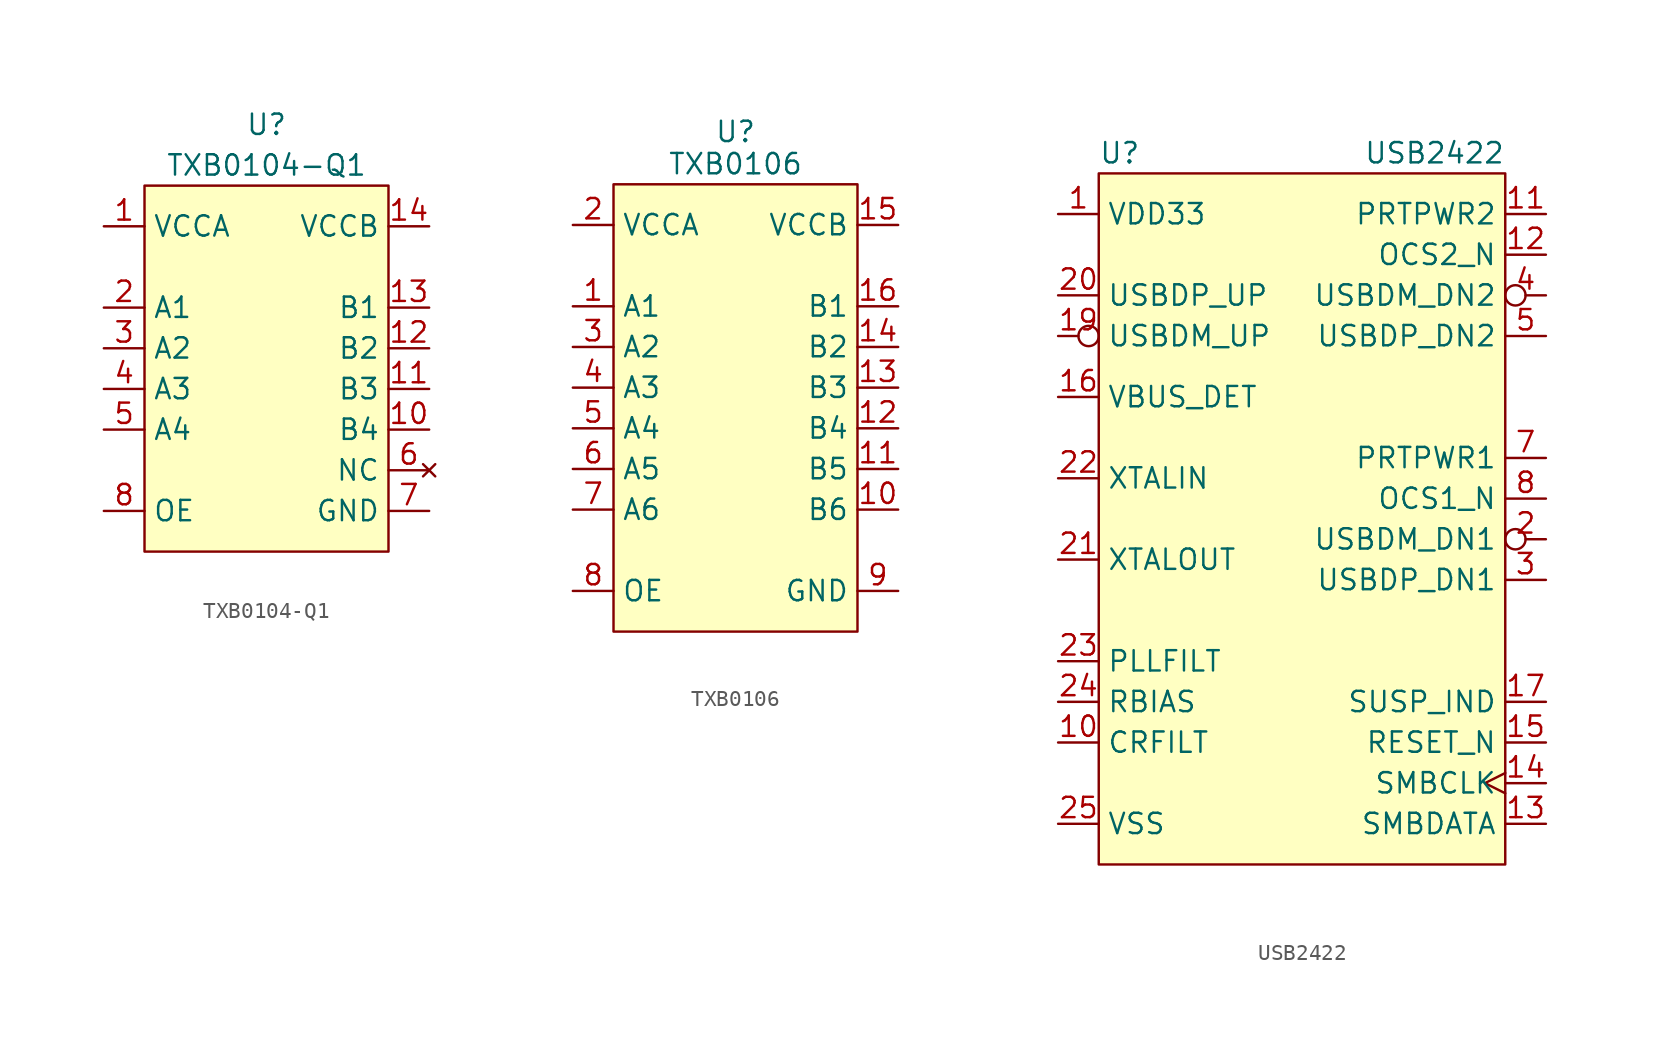
<source format=kicad_sym>
(kicad_symbol_lib
  (version 20241209)
  (generator "kicad_symbol_editor")
  (generator_version "9.0")
  (symbol "TXB0104-Q1"
    (property "Reference" "U"
      (at 0 15.24 0)
      (do_not_autoplace)
      (effects (font (size 1.27 1.27))))
    (property "Value" "TXB0104-Q1"
      (at 0 12.7 0)
      (do_not_autoplace)
      (effects (font (size 1.27 1.27))))
    (symbol "TXB0104-Q1_0_0"
      (pin power_in line (at -10.16 8.89 0) (length 2.54) (name "VCCA" (effects (font (size 1.27 1.27)))) (number "1" (effects (font (size 1.27 1.27)))))
      (pin bidirectional line (at -10.16 3.81 0) (length 2.54) (name "A1" (effects (font (size 1.27 1.27)))) (number "2" (effects (font (size 1.27 1.27)))))
      (pin bidirectional line (at -10.16 1.27 0) (length 2.54) (name "A2" (effects (font (size 1.27 1.27)))) (number "3" (effects (font (size 1.27 1.27)))))
      (pin bidirectional line (at -10.16 -1.27 0) (length 2.54) (name "A3" (effects (font (size 1.27 1.27)))) (number "4" (effects (font (size 1.27 1.27)))))
      (pin bidirectional line (at -10.16 -3.81 0) (length 2.54) (name "A4" (effects (font (size 1.27 1.27)))) (number "5" (effects (font (size 1.27 1.27)))))
      (pin input line (at -10.16 -8.89 0) (length 2.54) (name "OE" (effects (font (size 1.27 1.27)))) (number "8" (effects (font (size 1.27 1.27)))))
      (pin power_in line (at 10.16 8.89 180) (length 2.54) (name "VCCB" (effects (font (size 1.27 1.27)))) (number "14" (effects (font (size 1.27 1.27)))))
      (pin bidirectional line (at 10.16 3.81 180) (length 2.54) (name "B1" (effects (font (size 1.27 1.27)))) (number "13" (effects (font (size 1.27 1.27)))))
      (pin bidirectional line (at 10.16 1.27 180) (length 2.54) (name "B2" (effects (font (size 1.27 1.27)))) (number "12" (effects (font (size 1.27 1.27)))))
      (pin bidirectional line (at 10.16 -1.27 180) (length 2.54) (name "B3" (effects (font (size 1.27 1.27)))) (number "11" (effects (font (size 1.27 1.27)))))
      (pin bidirectional line (at 10.16 -3.81 180) (length 2.54) (name "B4" (effects (font (size 1.27 1.27)))) (number "10" (effects (font (size 1.27 1.27)))))
      (pin no_connect line (at 10.16 -6.35 180) (length 2.54) (name "NC" (effects (font (size 1.27 1.27)))) (number "6" (effects (font (size 1.27 1.27)))))
      (pin passive line (at 10.16 -8.89 180) (length 2.54) (name "GND" (effects (font (size 1.27 1.27)))) (number "7" (effects (font (size 1.27 1.27))))))
    (symbol "TXB0104-Q1_1_0"
      (pin no_connect line (at 10.16 -6.35 180) (length 2.54) (hide yes) (name "NC" (effects (font (size 1.27 1.27)))) (number "9" (effects (font (size 1.27 1.27)))))
      (pin passive line (at 10.16 -8.89 180) (length 2.54) (hide yes) (name "GND" (effects (font (size 1.27 1.27)))) (number "15" (effects (font (size 1.27 1.27))))))
    (symbol "TXB0104-Q1_1_1"
      (rectangle (start -7.62 11.43) (end 7.62 -11.43) (stroke (width 0) (type default)) (fill (type background)))))
  (symbol "TXB0106"
    (property "Reference" "U"
      (at 0 16.51 0)
      (do_not_autoplace)
      (effects (font (size 1.27 1.27)) (justify bottom)))
    (property "Value" "TXB0106"
      (at 0 15.24 0)
      (do_not_autoplace)
      (effects (font (size 1.27 1.27))))
    (symbol "TXB0106_0_0"
      (pin power_in line (at -10.16 11.43 0) (length 2.54) (name "VCCA" (effects (font (size 1.27 1.27)))) (number "2" (effects (font (size 1.27 1.27)))))
      (pin bidirectional line (at -10.16 6.35 0) (length 2.54) (name "A1" (effects (font (size 1.27 1.27)))) (number "1" (effects (font (size 1.27 1.27)))))
      (pin bidirectional line (at -10.16 3.81 0) (length 2.54) (name "A2" (effects (font (size 1.27 1.27)))) (number "3" (effects (font (size 1.27 1.27)))))
      (pin bidirectional line (at -10.16 1.27 0) (length 2.54) (name "A3" (effects (font (size 1.27 1.27)))) (number "4" (effects (font (size 1.27 1.27)))))
      (pin bidirectional line (at -10.16 -1.27 0) (length 2.54) (name "A4" (effects (font (size 1.27 1.27)))) (number "5" (effects (font (size 1.27 1.27)))))
      (pin bidirectional line (at -10.16 -3.81 0) (length 2.54) (name "A5" (effects (font (size 1.27 1.27)))) (number "6" (effects (font (size 1.27 1.27)))))
      (pin bidirectional line (at -10.16 -6.35 0) (length 2.54) (name "A6" (effects (font (size 1.27 1.27)))) (number "7" (effects (font (size 1.27 1.27)))))
      (pin input line (at -10.16 -11.43 0) (length 2.54) (name "OE" (effects (font (size 1.27 1.27)))) (number "8" (effects (font (size 1.27 1.27)))))
      (pin power_in line (at 10.16 11.43 180) (length 2.54) (name "VCCB" (effects (font (size 1.27 1.27)))) (number "15" (effects (font (size 1.27 1.27)))))
      (pin bidirectional line (at 10.16 6.35 180) (length 2.54) (name "B1" (effects (font (size 1.27 1.27)))) (number "16" (effects (font (size 1.27 1.27)))))
      (pin bidirectional line (at 10.16 3.81 180) (length 2.54) (name "B2" (effects (font (size 1.27 1.27)))) (number "14" (effects (font (size 1.27 1.27)))))
      (pin bidirectional line (at 10.16 1.27 180) (length 2.54) (name "B3" (effects (font (size 1.27 1.27)))) (number "13" (effects (font (size 1.27 1.27)))))
      (pin bidirectional line (at 10.16 -1.27 180) (length 2.54) (name "B4" (effects (font (size 1.27 1.27)))) (number "12" (effects (font (size 1.27 1.27)))))
      (pin bidirectional line (at 10.16 -3.81 180) (length 2.54) (name "B5" (effects (font (size 1.27 1.27)))) (number "11" (effects (font (size 1.27 1.27)))))
      (pin bidirectional line (at 10.16 -6.35 180) (length 2.54) (name "B6" (effects (font (size 1.27 1.27)))) (number "10" (effects (font (size 1.27 1.27)))))
      (pin passive line (at 10.16 -11.43 180) (length 2.54) (name "GND" (effects (font (size 1.27 1.27)))) (number "9" (effects (font (size 1.27 1.27))))))
    (symbol "TXB0106_1_0"
      (pin passive line (at 10.16 -11.43 180) (length 2.54) (hide yes) (name "PGND+" (effects (font (size 1.27 1.27)))) (number "17" (effects (font (size 1.27 1.27))))))
    (symbol "TXB0106_1_1"
      (rectangle (start -7.62 13.97) (end 7.62 -13.97) (stroke (width 0) (type default)) (fill (type background)))))
  (symbol "USB2422"
    (property "Reference" "U"
      (at -12.7 22.86 0)
      (do_not_autoplace)
      (effects (font (size 1.27 1.27)) (justify left)))
    (property "Value" "USB2422"
      (at 12.7 22.86 0)
      (do_not_autoplace)
      (effects (font (size 1.27 1.27)) (justify right)))
    (symbol "USB2422_0_0"
      (pin power_in line (at -15.24 19.05 0) (length 2.54) (name "VDD33" (effects (font (size 1.27 1.27)))) (number "1" (effects (font (size 1.27 1.27)))))
      (pin bidirectional line (at -15.24 13.97 0) (length 2.54) (name "USBDP_UP" (effects (font (size 1.27 1.27)))) (number "20" (effects (font (size 1.27 1.27)))))
      (pin bidirectional inverted (at -15.24 11.43 0) (length 2.54) (name "USBDM_UP" (effects (font (size 1.27 1.27)))) (number "19" (effects (font (size 1.27 1.27)))))
      (pin input line (at -15.24 7.62 0) (length 2.54) (name "VBUS_DET" (effects (font (size 1.27 1.27)))) (number "16" (effects (font (size 1.27 1.27)))))
      (pin passive line (at -15.24 -8.89 0) (length 2.54) (name "PLLFILT" (effects (font (size 1.27 1.27)))) (number "23" (effects (font (size 1.27 1.27)))))
      (pin passive line (at -15.24 -11.43 0) (length 2.54) (name "RBIAS" (effects (font (size 1.27 1.27)))) (number "24" (effects (font (size 1.27 1.27)))))
      (pin passive line (at -15.24 -13.97 0) (length 2.54) (name "CRFILT" (effects (font (size 1.27 1.27)))) (number "10" (effects (font (size 1.27 1.27)))))
      (pin passive line (at -15.24 -19.05 0) (length 2.54) (name "VSS" (effects (font (size 1.27 1.27)))) (number "25" (effects (font (size 1.27 1.27)))))
      (pin input line (at 15.24 19.05 180) (length 2.54) (name "PRTPWR2" (effects (font (size 1.27 1.27)))) (number "11" (effects (font (size 1.27 1.27)))))
      (pin input line (at 15.24 1.27 180) (length 2.54) (name "OCS1_N" (effects (font (size 1.27 1.27)))) (number "8" (effects (font (size 1.27 1.27))))))
    (symbol "USB2422_1_0"
      (pin power_in line (at -15.24 19.05 0) (length 2.54) (hide yes) (name "VDD33" (effects (font (size 1.27 1.27)))) (number "18" (effects (font (size 1.27 1.27)))))
      (pin power_in line (at -15.24 19.05 0) (length 2.54) (hide yes) (name "VDD33" (effects (font (size 1.27 1.27)))) (number "9" (effects (font (size 1.27 1.27)))))
      (pin input line (at -15.24 2.54 0) (length 2.54) (name "XTALIN" (effects (font (size 1.27 1.27)))) (number "22" (effects (font (size 1.27 1.27)))) (alternate "CLKIN" input line))
      (pin output line (at -15.24 -2.54 0) (length 2.54) (name "XTALOUT" (effects (font (size 1.27 1.27)))) (number "21" (effects (font (size 1.27 1.27)))) (alternate "CLKIN_EN" input line))
      (pin no_connect line (at -15.24 -6.35 0) (length 2.54) (hide yes) (name "NC" (effects (font (size 1.27 1.27)))) (number "6" (effects (font (size 1.27 1.27)))))
      (pin input line (at 15.24 16.51 180) (length 2.54) (name "OCS2_N" (effects (font (size 1.27 1.27)))) (number "12" (effects (font (size 1.27 1.27)))))
      (pin bidirectional inverted (at 15.24 13.97 180) (length 2.54) (name "USBDM_DN2" (effects (font (size 1.27 1.27)))) (number "4" (effects (font (size 1.27 1.27)))) (alternate "PRT_DIS_M2" passive line))
      (pin bidirectional line (at 15.24 11.43 180) (length 2.54) (name "USBDP_DN2" (effects (font (size 1.27 1.27)))) (number "5" (effects (font (size 1.27 1.27)))) (alternate "PRT_DIS_P2" passive line))
      (pin input line (at 15.24 3.81 180) (length 2.54) (name "PRTPWR1" (effects (font (size 1.27 1.27)))) (number "7" (effects (font (size 1.27 1.27)))) (alternate "BC_EN1" input line))
      (pin bidirectional inverted (at 15.24 -1.27 180) (length 2.54) (name "USBDM_DN1" (effects (font (size 1.27 1.27)))) (number "2" (effects (font (size 1.27 1.27)))) (alternate "PRT_DIS_M1" passive line))
      (pin bidirectional line (at 15.24 -3.81 180) (length 2.54) (name "USBDP_DN1" (effects (font (size 1.27 1.27)))) (number "3" (effects (font (size 1.27 1.27)))) (alternate "PRT_DIS_P1" passive line))
      (pin output line (at 15.24 -11.43 180) (length 2.54) (name "SUSP_IND" (effects (font (size 1.27 1.27)))) (number "17" (effects (font (size 1.27 1.27)))) (alternate "LOCAL_PWR" input line) (alternate "NON_REM0" passive line))
      (pin input line (at 15.24 -13.97 180) (length 2.54) (name "RESET_N" (effects (font (size 1.27 1.27)))) (number "15" (effects (font (size 1.27 1.27)))))
      (pin input clock (at 15.24 -16.51 180) (length 2.54) (name "SMBCLK" (effects (font (size 1.27 1.27)))) (number "14" (effects (font (size 1.27 1.27)))) (alternate "CFG_SEL" passive clock))
      (pin input line (at 15.24 -19.05 180) (length 2.54) (name "SMBDATA" (effects (font (size 1.27 1.27)))) (number "13" (effects (font (size 1.27 1.27)))) (alternate "NON_REM1" passive line)))
    (symbol "USB2422_1_1"
      (rectangle (start -12.7 21.59) (end 12.7 -21.59) (stroke (width 0) (type default)) (fill (type background))))))
</source>
